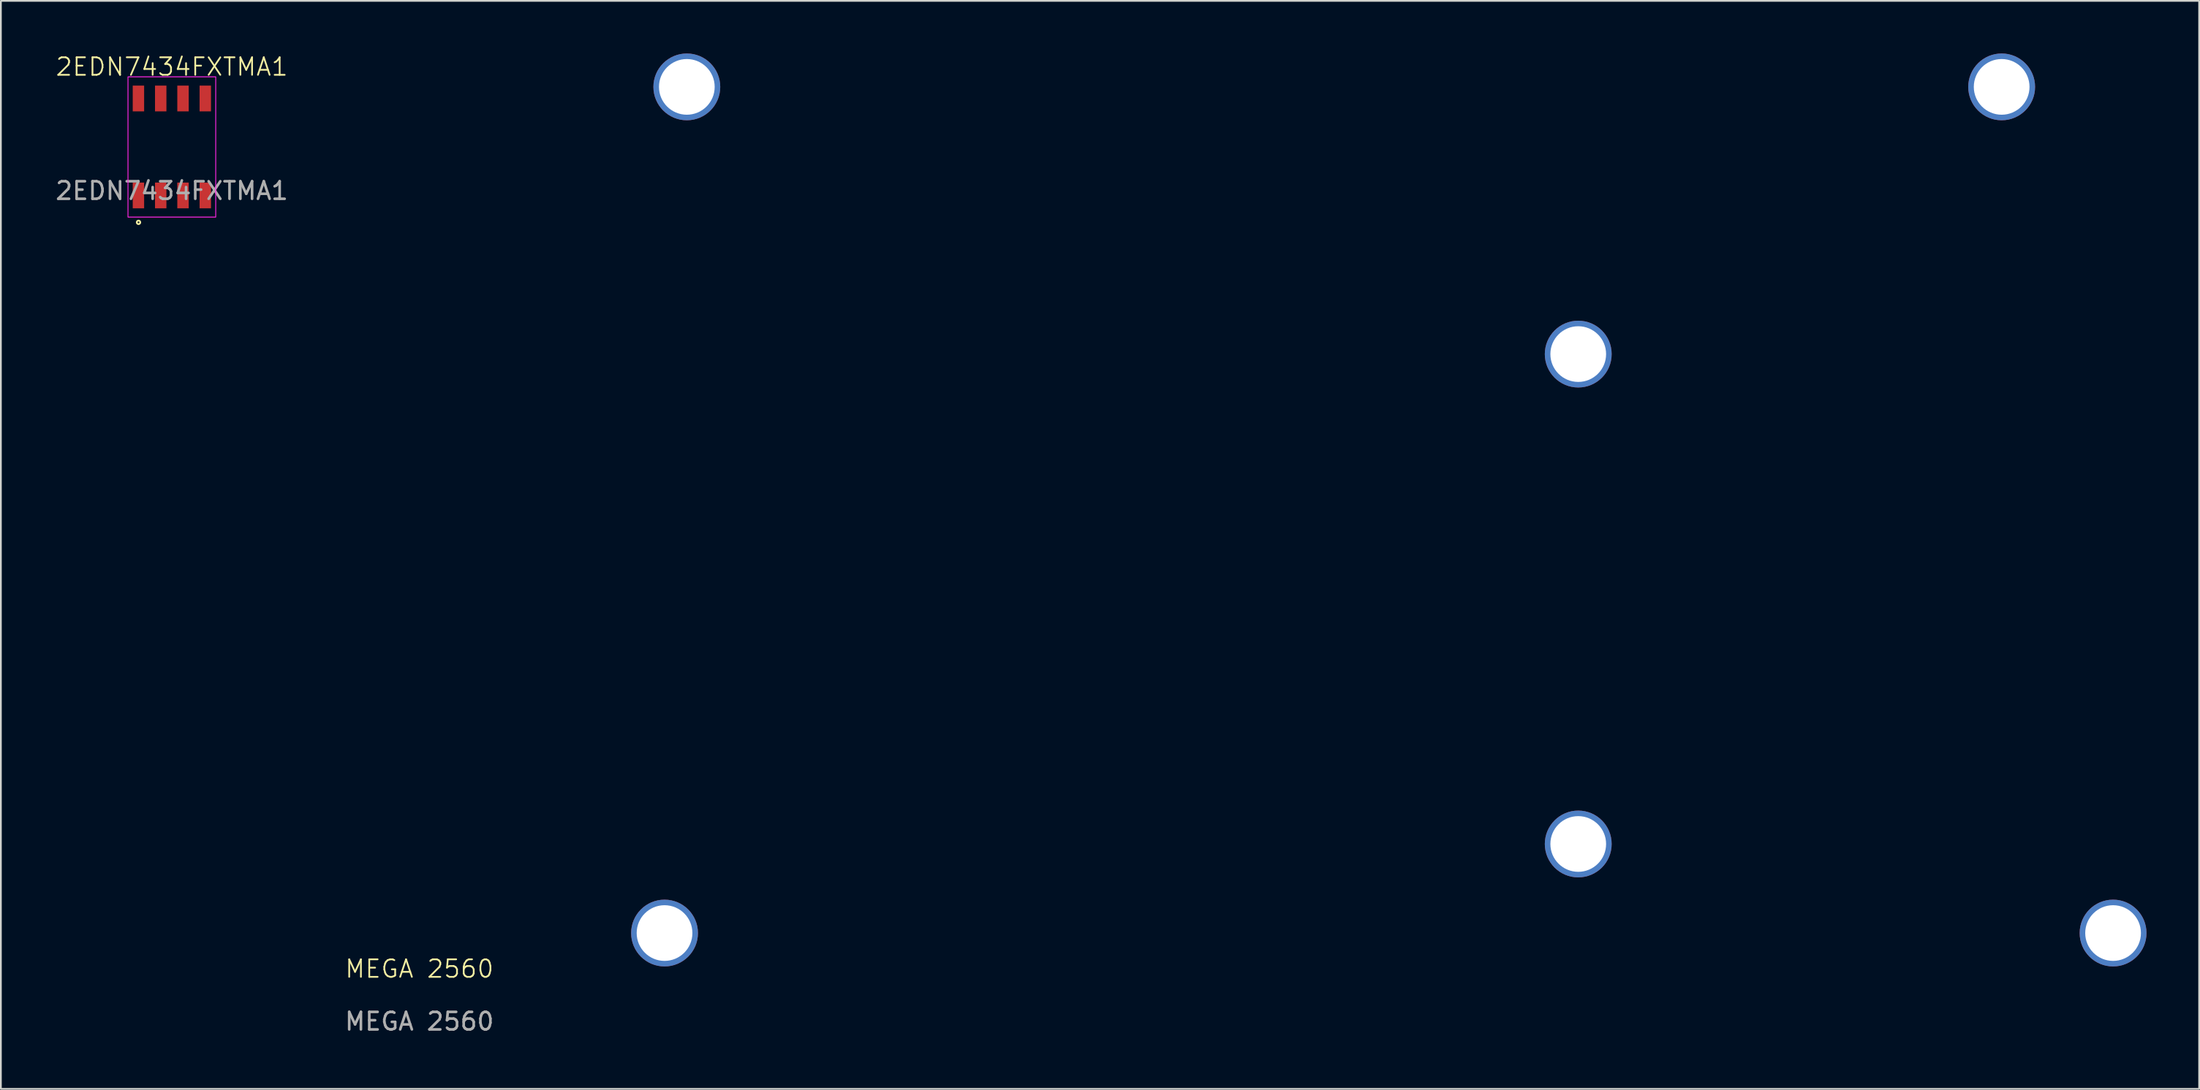
<source format=kicad_pcb>
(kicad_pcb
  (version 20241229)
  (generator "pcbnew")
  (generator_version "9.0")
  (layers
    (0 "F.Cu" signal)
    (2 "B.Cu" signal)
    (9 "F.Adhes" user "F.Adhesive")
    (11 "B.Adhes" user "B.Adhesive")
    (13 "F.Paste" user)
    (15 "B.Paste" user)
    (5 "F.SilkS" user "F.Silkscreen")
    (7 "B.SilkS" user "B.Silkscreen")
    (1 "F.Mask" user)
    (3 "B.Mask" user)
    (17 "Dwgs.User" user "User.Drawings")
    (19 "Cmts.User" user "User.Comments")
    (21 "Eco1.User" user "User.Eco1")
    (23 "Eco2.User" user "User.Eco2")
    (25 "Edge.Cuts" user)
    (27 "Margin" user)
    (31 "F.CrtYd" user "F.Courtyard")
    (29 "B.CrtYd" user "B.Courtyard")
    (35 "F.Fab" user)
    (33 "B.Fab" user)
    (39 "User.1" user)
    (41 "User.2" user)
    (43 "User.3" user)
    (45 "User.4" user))
  (footprint "MEGA 2560"
    (layer "F.Cu")
    (at 20.851 52.705)
    (property "Reference" "MEGA 2560" (at 0 -0.5 0) (unlocked yes) (layer "F.SilkS") (effects (font (size 1 1) (thickness 0.1))))
    (attr through_hole)
    (fp_text user "${REFERENCE}" (at 0 2.5 0) (unlocked yes) (layer "F.Fab") (effects (font (size 1 1) (thickness 0.15))))
    (pad "1" thru_hole circle (at 13.97 -2.54) (size 3.81 3.81) (drill 3.175) (layers "*.Cu" "*.Mask"))
    (pad "2" thru_hole circle (at 15.24 -50.8) (size 3.81 3.81) (drill 3.175) (layers "*.Cu" "*.Mask"))
    (pad "3" thru_hole circle (at 66.04 -7.62) (size 3.81 3.81) (drill 3.175) (layers "*.Cu" "*.Mask"))
    (pad "4" thru_hole circle (at 66.04 -35.56) (size 3.81 3.81) (drill 3.175) (layers "*.Cu" "*.Mask"))
    (pad "5" thru_hole circle (at 96.52 -2.54) (size 3.81 3.81) (drill 3.175) (layers "*.Cu" "*.Mask"))
    (pad "6" thru_hole circle (at 90.17 -50.8) (size 3.81 3.81) (drill 3.175) (layers "*.Cu" "*.Mask")))
  (footprint "2EDN7434FXTMA1"
    (layer "F.Cu")
    (at 6.744 5.332)
    (property "Reference" "2EDN7434FXTMA1" (at 0 -4.572 0) (unlocked yes) (layer "F.SilkS") (effects (font (size 1 1) (thickness 0.1))))
    (attr smd)
    (fp_circle (center -1.9 4.3) (end -1.8 4.3) (stroke (width 0.1) (type default)) (fill no) (layer "F.SilkS"))
    (fp_rect (start -2.5 -4) (end 2.5 4) (stroke (width 0.05) (type default)) (fill no) (layer "F.CrtYd"))
    (fp_text user "${REFERENCE}" (at 0 2.5 0) (unlocked yes) (layer "F.Fab") (effects (font (size 1 1) (thickness 0.15))))
    (pad "1" smd rect (at -1.905 2.765) (size 0.65 1.47) (layers "F.Cu" "F.Mask" "F.Paste"))
    (pad "2" smd rect (at -0.635 2.765) (size 0.65 1.47) (layers "F.Cu" "F.Mask" "F.Paste"))
    (pad "3" smd rect (at 0.635 2.765) (size 0.65 1.47) (layers "F.Cu" "F.Mask" "F.Paste"))
    (pad "4" smd rect (at 1.905 2.765) (size 0.65 1.47) (layers "F.Cu" "F.Mask" "F.Paste"))
    (pad "5" smd rect (at 1.905 -2.765) (size 0.65 1.47) (layers "F.Cu" "F.Mask" "F.Paste"))
    (pad "6" smd rect (at 0.635 -2.765) (size 0.65 1.47) (layers "F.Cu" "F.Mask" "F.Paste"))
    (pad "7" smd rect (at -0.635 -2.765) (size 0.65 1.47) (layers "F.Cu" "F.Mask" "F.Paste"))
    (pad "8" smd rect (at -1.905 -2.765) (size 0.65 1.47) (layers "F.Cu" "F.Mask" "F.Paste")))
  (gr_rect
    (start -3 -3)
    (end 122.276 59.053)
    (stroke (width 0.1) (type default))
    (fill no)
    (layer "Edge.Cuts")))
</source>
